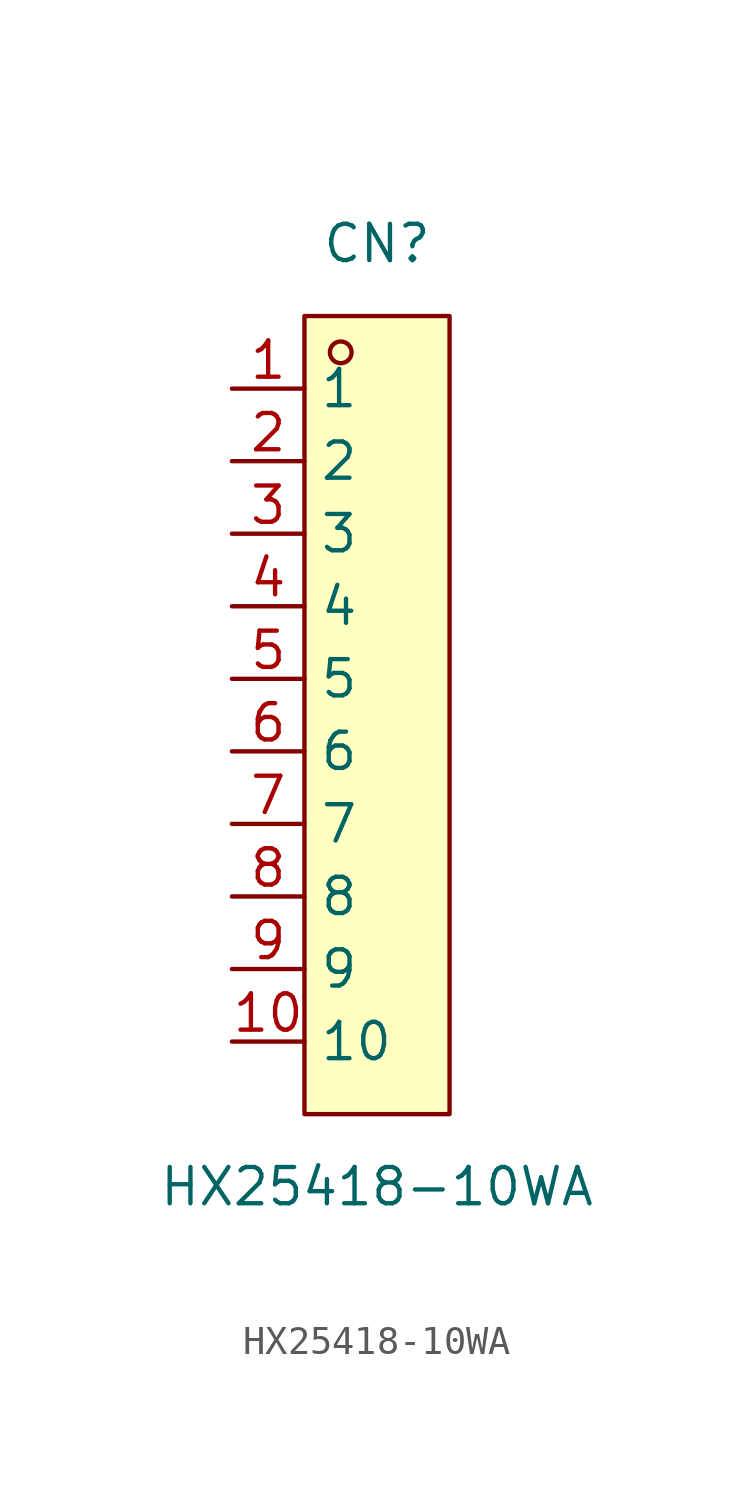
<source format=kicad_sym>
(kicad_symbol_lib
  (version 20211014)
  (generator https://github.com/uPesy/easyeda2kicad.py)
  (symbol "HX25418-10WA"
    (property "Reference" "CN"
      (at 0 16.51 0)
      (effects (font (size 1.27 1.27))))
    (property "Value" "HX25418-10WA"
      (at 0 -16.51 0)
      (effects (font (size 1.27 1.27))))
    (symbol "HX25418-10WA_0_1"
      (rectangle (start -2.54 13.97) (end 2.54 -13.97) (stroke (width 0) (type default) (color 0 0 0 0)) (fill (type background)))
      (circle (center -1.27 12.70) (radius 0.38) (stroke (width 0) (type default) (color 0 0 0 0)) (fill (type none)))
      (pin unspecified line (at -5.08 11.43 0) (length 2.54) (name "1" (effects (font (size 1.27 1.27)))) (number "1" (effects (font (size 1.27 1.27)))))
      (pin unspecified line (at -5.08 8.89 0) (length 2.54) (name "2" (effects (font (size 1.27 1.27)))) (number "2" (effects (font (size 1.27 1.27)))))
      (pin unspecified line (at -5.08 6.35 0) (length 2.54) (name "3" (effects (font (size 1.27 1.27)))) (number "3" (effects (font (size 1.27 1.27)))))
      (pin unspecified line (at -5.08 3.81 0) (length 2.54) (name "4" (effects (font (size 1.27 1.27)))) (number "4" (effects (font (size 1.27 1.27)))))
      (pin unspecified line (at -5.08 1.27 0) (length 2.54) (name "5" (effects (font (size 1.27 1.27)))) (number "5" (effects (font (size 1.27 1.27)))))
      (pin unspecified line (at -5.08 -1.27 0) (length 2.54) (name "6" (effects (font (size 1.27 1.27)))) (number "6" (effects (font (size 1.27 1.27)))))
      (pin unspecified line (at -5.08 -3.81 0) (length 2.54) (name "7" (effects (font (size 1.27 1.27)))) (number "7" (effects (font (size 1.27 1.27)))))
      (pin unspecified line (at -5.08 -6.35 0) (length 2.54) (name "8" (effects (font (size 1.27 1.27)))) (number "8" (effects (font (size 1.27 1.27)))))
      (pin unspecified line (at -5.08 -8.89 0) (length 2.54) (name "9" (effects (font (size 1.27 1.27)))) (number "9" (effects (font (size 1.27 1.27)))))
      (pin unspecified line (at -5.08 -11.43 0) (length 2.54) (name "10" (effects (font (size 1.27 1.27)))) (number "10" (effects (font (size 1.27 1.27))))))))
</source>
